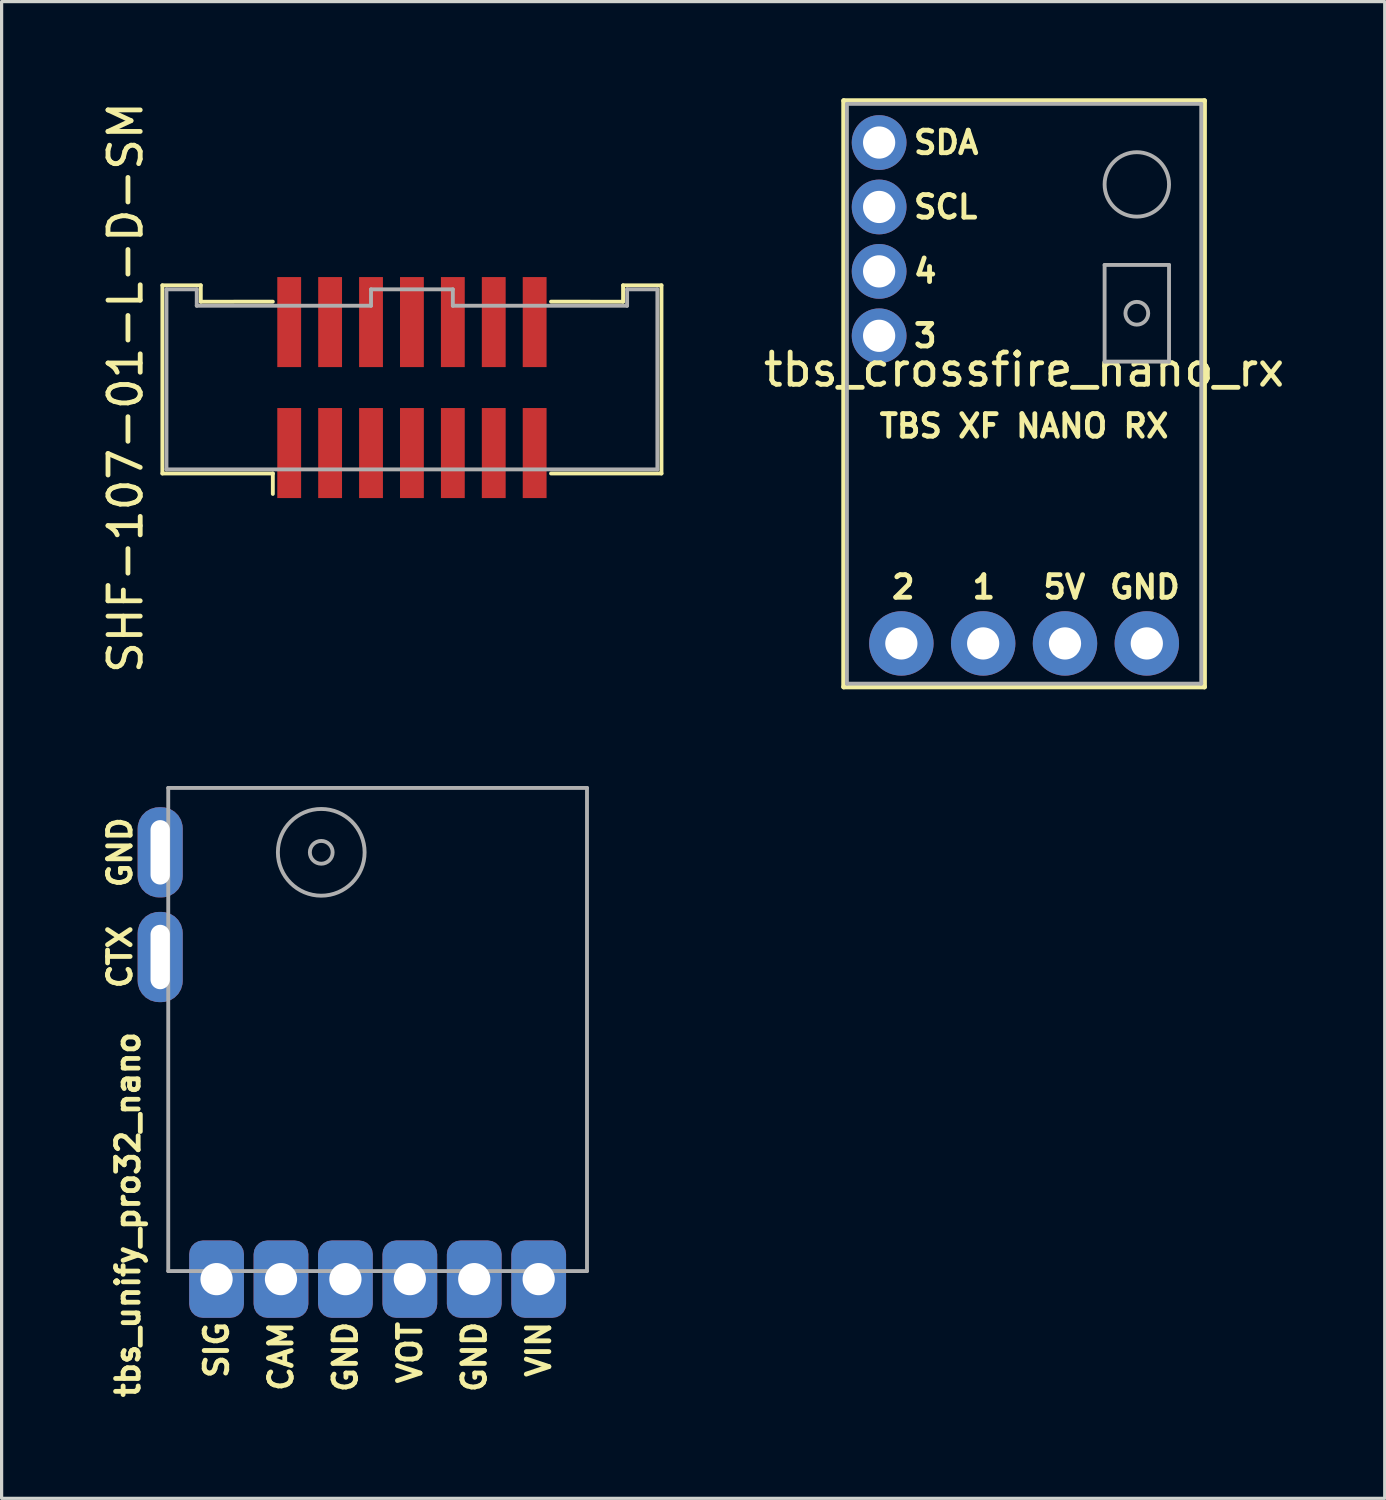
<source format=kicad_pcb>
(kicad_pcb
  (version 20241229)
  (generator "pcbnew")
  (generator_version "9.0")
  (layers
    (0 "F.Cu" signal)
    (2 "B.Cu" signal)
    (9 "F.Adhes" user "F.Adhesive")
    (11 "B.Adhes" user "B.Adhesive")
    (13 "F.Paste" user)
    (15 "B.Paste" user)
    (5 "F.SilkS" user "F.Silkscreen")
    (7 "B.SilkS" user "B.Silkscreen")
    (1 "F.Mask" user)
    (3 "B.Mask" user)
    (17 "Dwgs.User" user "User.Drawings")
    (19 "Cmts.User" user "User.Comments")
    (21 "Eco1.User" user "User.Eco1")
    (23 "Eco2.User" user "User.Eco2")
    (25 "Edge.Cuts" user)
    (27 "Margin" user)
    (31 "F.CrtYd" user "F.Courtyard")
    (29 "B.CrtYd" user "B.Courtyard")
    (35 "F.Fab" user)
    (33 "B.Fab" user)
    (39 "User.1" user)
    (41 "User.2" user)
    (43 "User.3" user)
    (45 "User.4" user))
  (footprint "tbs_crossfire_nano_rx"
    (layer "F.Cu")
    (at 28.742 9.175)
    (property "Reference" "tbs_crossfire_nano_rx" (at 0 -0.75 0) (layer "F.SilkS") (effects (font (size 1 1) (thickness 0.15))))
    (attr through_hole)
    (fp_line (start -5.6 -9.1) (end 5.6 -9.1) (stroke (width 0.15) (type solid)) (layer "F.SilkS"))
    (fp_line (start -5.6 9.1) (end -5.6 -9.1) (stroke (width 0.15) (type solid)) (layer "F.SilkS"))
    (fp_line (start 5.6 -9.1) (end 5.6 9.1) (stroke (width 0.15) (type solid)) (layer "F.SilkS"))
    (fp_line (start 5.6 9.1) (end -5.6 9.1) (stroke (width 0.15) (type solid)) (layer "F.SilkS"))
    (fp_line (start -5.5 -9) (end 5.5 -9) (stroke (width 0.12) (type solid)) (layer "F.Fab"))
    (fp_line (start -5.5 9) (end -5.5 -9) (stroke (width 0.12) (type solid)) (layer "F.Fab"))
    (fp_line (start 2.5 -4) (end 4.5 -4) (stroke (width 0.12) (type solid)) (layer "F.Fab"))
    (fp_line (start 2.5 -1) (end 2.5 -4) (stroke (width 0.12) (type solid)) (layer "F.Fab"))
    (fp_line (start 4.5 -4) (end 4.5 -1) (stroke (width 0.12) (type solid)) (layer "F.Fab"))
    (fp_line (start 4.5 -1) (end 2.5 -1) (stroke (width 0.12) (type solid)) (layer "F.Fab"))
    (fp_line (start 5.5 -9) (end 5.5 9) (stroke (width 0.12) (type solid)) (layer "F.Fab"))
    (fp_line (start 5.5 9) (end -5.5 9) (stroke (width 0.12) (type solid)) (layer "F.Fab"))
    (fp_circle (center 3.5 -6.5) (end 4.5 -6.5) (stroke (width 0.12) (type solid)) (fill no) (layer "F.Fab"))
    (fp_circle (center 3.5 -2.5) (end 3.75 -2.25) (stroke (width 0.12) (type solid)) (fill no) (layer "F.Fab"))
    (fp_text user "GND" (at 3.75 6 0) (layer "F.SilkS") (effects (font (size 0.7 0.7) (thickness 0.15))))
    (fp_text user "TBS XF NANO RX" (at 0 1 0) (layer "F.SilkS") (effects (font (size 0.7 0.7) (thickness 0.15))))
    (fp_text user "3" (at -3.5 -1.8 180) (layer "F.SilkS") (effects (font (size 0.7 0.7) (thickness 0.15)) (justify left)))
    (fp_text user "1" (at -1.25 6 0) (layer "F.SilkS") (effects (font (size 0.7 0.7) (thickness 0.15))))
    (fp_text user "5V" (at 1.25 6 0) (layer "F.SilkS") (effects (font (size 0.7 0.7) (thickness 0.15))))
    (fp_text user "2" (at -3.75 6 0) (layer "F.SilkS") (effects (font (size 0.7 0.7) (thickness 0.15))))
    (fp_text user "4" (at -3.5 -3.8 180) (layer "F.SilkS") (effects (font (size 0.7 0.7) (thickness 0.15)) (justify left)))
    (fp_text user "SDA" (at -3.5 -7.8 180) (layer "F.SilkS") (effects (font (size 0.7 0.7) (thickness 0.15)) (justify left)))
    (fp_text user "SCL" (at -3.5 -5.8 180) (layer "F.SilkS") (effects (font (size 0.7 0.7) (thickness 0.15)) (justify left)))
    (pad "1" thru_hole circle (at 3.81 7.75) (size 2 2) (drill 1) (layers "*.Cu" "*.Mask"))
    (pad "2" thru_hole circle (at 1.27 7.75) (size 2 2) (drill 1) (layers "*.Cu" "*.Mask"))
    (pad "3" thru_hole circle (at -1.27 7.75) (size 2 2) (drill 1) (layers "*.Cu" "*.Mask"))
    (pad "4" thru_hole circle (at -3.81 7.75) (size 2 2) (drill 1) (layers "*.Cu" "*.Mask"))
    (pad "5" thru_hole circle (at -4.5 -1.8) (size 1.7 1.7) (drill 1) (layers "*.Cu" "*.Mask"))
    (pad "6" thru_hole circle (at -4.5 -3.8) (size 1.7 1.7) (drill 1) (layers "*.Cu" "*.Mask"))
    (pad "7" thru_hole circle (at -4.5 -5.8) (size 1.7 1.7) (drill 1) (layers "*.Cu" "*.Mask"))
    (pad "8" thru_hole circle (at -4.5 -7.8) (size 1.7 1.7) (drill 1) (layers "*.Cu" "*.Mask")))
  (footprint "tbs_unify_pro32_nano"
    (layer "F.Cu")
    (at 8.673 28.91)
    (property "Reference" "tbs_unify_pro32_nano" (at -7.75 5.75 90) (layer "F.SilkS") (effects (font (size 0.7 0.7) (thickness 0.15))))
    (attr through_hole)
    (fp_line (start -6.5 -7.5) (end 6.5 -7.5) (stroke (width 0.12) (type solid)) (layer "F.Fab"))
    (fp_line (start -6.5 7.5) (end -6.5 -7.5) (stroke (width 0.12) (type solid)) (layer "F.Fab"))
    (fp_line (start 6.5 -7.5) (end 6.5 7.5) (stroke (width 0.12) (type solid)) (layer "F.Fab"))
    (fp_line (start 6.5 7.5) (end -6.5 7.5) (stroke (width 0.12) (type solid)) (layer "F.Fab"))
    (fp_circle (center -1.75 -5.5) (end -1.5 -5.25) (stroke (width 0.12) (type solid)) (fill no) (layer "F.Fab"))
    (fp_circle (center -1.75 -5.5) (end -0.5 -5) (stroke (width 0.12) (type solid)) (fill no) (layer "F.Fab"))
    (fp_text user "SIG" (at -5 9 90) (layer "F.SilkS") (effects (font (size 0.7 0.7) (thickness 0.15)) (justify right)))
    (fp_text user "CAM" (at -3 9 90) (layer "F.SilkS") (effects (font (size 0.7 0.7) (thickness 0.15)) (justify right)))
    (fp_text user "VOT" (at 1 9 270) (layer "F.SilkS") (effects (font (size 0.7 0.7) (thickness 0.15)) (justify right)))
    (fp_text user "CTX" (at -8 -2.25 90) (layer "F.SilkS") (effects (font (size 0.7 0.7) (thickness 0.15))))
    (fp_text user "GND" (at -8 -5.5 90) (layer "F.SilkS") (effects (font (size 0.7 0.7) (thickness 0.15))))
    (fp_text user "VIN" (at 5 9 270) (layer "F.SilkS") (effects (font (size 0.7 0.7) (thickness 0.15)) (justify right)))
    (fp_text user "GND" (at 3 9 270) (layer "F.SilkS") (effects (font (size 0.7 0.7) (thickness 0.15)) (justify right)))
    (fp_text user "GND" (at -1 9 90) (layer "F.SilkS") (effects (font (size 0.7 0.7) (thickness 0.15)) (justify right)))
    (pad "1" thru_hole roundrect (at 5 7.75) (size 1.7 2.4) (drill 1) (layers "*.Cu" "*.Mask") (roundrect_rratio 0.25))
    (pad "2" thru_hole roundrect (at 3 7.75) (size 1.7 2.4) (drill 1) (layers "*.Cu" "*.Mask") (roundrect_rratio 0.25))
    (pad "3" thru_hole roundrect (at 1 7.75) (size 1.7 2.4) (drill 1) (layers "*.Cu" "*.Mask") (roundrect_rratio 0.25))
    (pad "4" thru_hole roundrect (at -1 7.75) (size 1.7 2.4) (drill 1) (layers "*.Cu" "*.Mask") (roundrect_rratio 0.25))
    (pad "5" thru_hole roundrect (at -3 7.75) (size 1.7 2.4) (drill 1) (layers "*.Cu" "*.Mask") (roundrect_rratio 0.25))
    (pad "6" thru_hole roundrect (at -5 7.75) (size 1.7 2.4) (drill 1) (layers "*.Cu" "*.Mask") (roundrect_rratio 0.25))
    (pad "7" thru_hole roundrect (at -6.75 -2.25) (size 1.4 2.8) (drill oval 0.6 2) (layers "*.Cu" "*.Mask") (roundrect_rratio 0.471))
    (pad "8" thru_hole roundrect (at -6.75 -5.5) (size 1.4 2.8) (drill oval 0.6 2) (layers "*.Cu" "*.Mask") (roundrect_rratio 0.471)))
  (footprint "SHF-107-01-L-D-SM"
    (layer "F.Cu")
    (at 9.738 8.982)
    (property "Reference" "SHF-107-01-L-D-SM" (at -8.89 0 90) (layer "F.SilkS") (effects (font (size 1 1) (thickness 0.15))))
    (attr through_hole)
    (fp_line (start -7.747 -3.175) (end -6.555 -3.175) (stroke (width 0.12) (type solid)) (layer "F.SilkS"))
    (fp_line (start -7.747 2.667) (end -7.747 -3.175) (stroke (width 0.12) (type solid)) (layer "F.SilkS"))
    (fp_line (start -6.555 -2.665) (end -6.555 -3.175) (stroke (width 0.12) (type solid)) (layer "F.SilkS"))
    (fp_line (start -6.555 -2.665) (end -4.318 -2.667) (stroke (width 0.12) (type solid)) (layer "F.SilkS"))
    (fp_line (start -4.318 2.667) (end -7.747 2.667) (stroke (width 0.12) (type solid)) (layer "F.SilkS"))
    (fp_line (start -4.318 2.667) (end -4.318 3.302) (stroke (width 0.12) (type solid)) (layer "F.SilkS"))
    (fp_line (start 4.318 -2.667) (end 6.555 -2.665) (stroke (width 0.12) (type solid)) (layer "F.SilkS"))
    (fp_line (start 4.318 2.667) (end 7.747 2.667) (stroke (width 0.12) (type solid)) (layer "F.SilkS"))
    (fp_line (start 6.555 -2.665) (end 6.555 -3.175) (stroke (width 0.12) (type solid)) (layer "F.SilkS"))
    (fp_line (start 7.747 -3.175) (end 6.555 -3.175) (stroke (width 0.12) (type solid)) (layer "F.SilkS"))
    (fp_line (start 7.747 2.667) (end 7.747 -3.175) (stroke (width 0.12) (type solid)) (layer "F.SilkS"))
    (fp_line (start -7.62 2.54) (end -7.62 -3.05) (stroke (width 0.12) (type solid)) (layer "F.Fab"))
    (fp_line (start -6.68 -3.05) (end -7.62 -3.05) (stroke (width 0.12) (type solid)) (layer "F.Fab"))
    (fp_line (start -6.68 -2.54) (end -6.68 -3.05) (stroke (width 0.12) (type solid)) (layer "F.Fab"))
    (fp_line (start -6.68 -2.54) (end -1.27 -2.54) (stroke (width 0.12) (type solid)) (layer "F.Fab"))
    (fp_line (start -1.27 -3.05) (end 1.27 -3.05) (stroke (width 0.12) (type solid)) (layer "F.Fab"))
    (fp_line (start -1.27 -2.54) (end -1.27 -3.05) (stroke (width 0.12) (type solid)) (layer "F.Fab"))
    (fp_line (start 1.27 -3.05) (end 1.27 -2.54) (stroke (width 0.12) (type solid)) (layer "F.Fab"))
    (fp_line (start 1.27 -2.54) (end 6.68 -2.54) (stroke (width 0.12) (type solid)) (layer "F.Fab"))
    (fp_line (start 6.68 -3.05) (end 7.62 -3.05) (stroke (width 0.12) (type solid)) (layer "F.Fab"))
    (fp_line (start 6.68 -2.54) (end 6.68 -3.05) (stroke (width 0.12) (type solid)) (layer "F.Fab"))
    (fp_line (start 7.62 -3.05) (end 7.62 2.54) (stroke (width 0.12) (type solid)) (layer "F.Fab"))
    (fp_line (start 7.62 2.54) (end -7.62 2.54) (stroke (width 0.12) (type solid)) (layer "F.Fab"))
    (pad "1" smd rect (at -3.81 2.033) (size 0.74 2.795) (layers "F.Cu" "F.Mask" "F.Paste"))
    (pad "2" smd rect (at -3.81 -2.033) (size 0.74 2.795) (layers "F.Cu" "F.Mask" "F.Paste"))
    (pad "3" smd rect (at -2.54 2.033) (size 0.74 2.795) (layers "F.Cu" "F.Mask" "F.Paste"))
    (pad "4" smd rect (at -2.54 -2.033) (size 0.74 2.795) (layers "F.Cu" "F.Mask" "F.Paste"))
    (pad "5" smd rect (at -1.27 2.033) (size 0.74 2.795) (layers "F.Cu" "F.Mask" "F.Paste"))
    (pad "6" smd rect (at -1.27 -2.033) (size 0.74 2.795) (layers "F.Cu" "F.Mask" "F.Paste"))
    (pad "7" smd rect (at 0 2.033) (size 0.74 2.795) (layers "F.Cu" "F.Mask" "F.Paste"))
    (pad "8" smd rect (at 0 -2.033) (size 0.74 2.795) (layers "F.Cu" "F.Mask" "F.Paste"))
    (pad "9" smd rect (at 1.27 2.033) (size 0.74 2.795) (layers "F.Cu" "F.Mask" "F.Paste"))
    (pad "10" smd rect (at 1.27 -2.033) (size 0.74 2.795) (layers "F.Cu" "F.Mask" "F.Paste"))
    (pad "11" smd rect (at 2.54 2.033) (size 0.74 2.795) (layers "F.Cu" "F.Mask" "F.Paste"))
    (pad "12" smd rect (at 2.54 -2.033) (size 0.74 2.795) (layers "F.Cu" "F.Mask" "F.Paste"))
    (pad "13" smd rect (at 3.81 2.033) (size 0.74 2.795) (layers "F.Cu" "F.Mask" "F.Paste"))
    (pad "14" smd rect (at 3.81 -2.033) (size 0.74 2.795) (layers "F.Cu" "F.Mask" "F.Paste")))
  (gr_rect
    (start -3 -3)
    (end 39.938 43.465)
    (stroke (width 0.1) (type default))
    (fill no)
    (layer "Edge.Cuts")))
</source>
